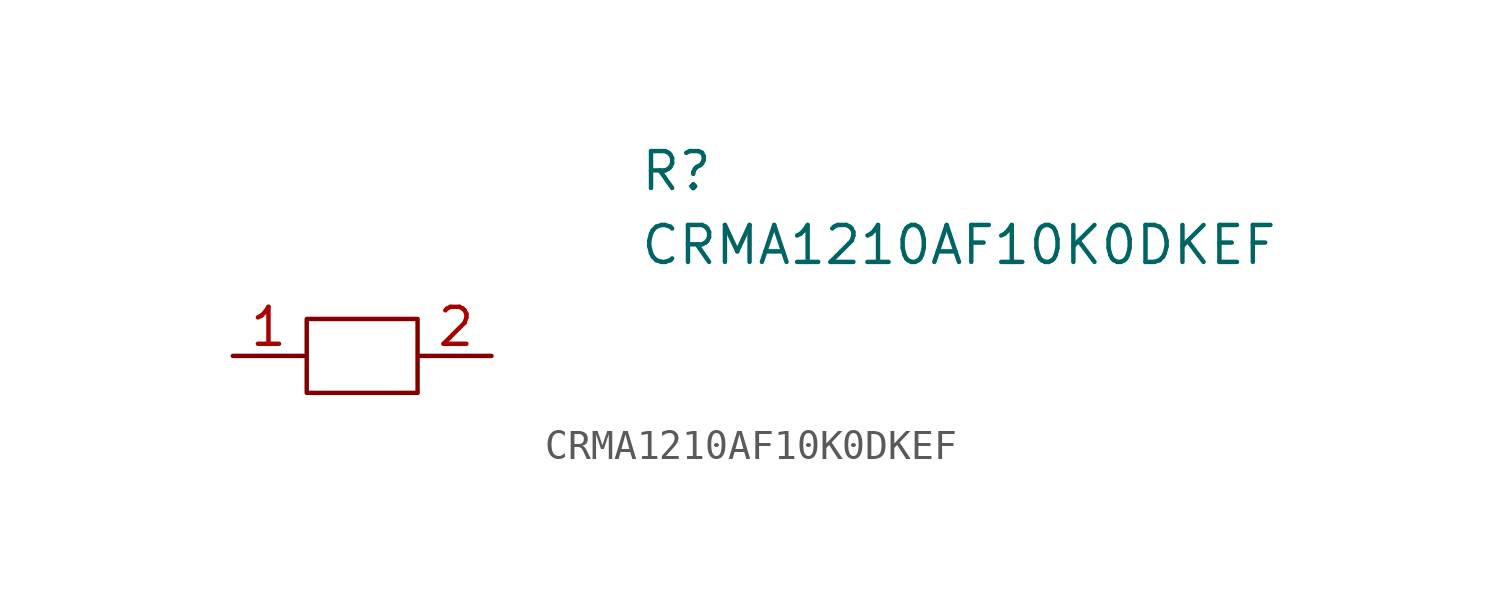
<source format=kicad_sym>
(kicad_symbol_lib
  (version 20211014)
  (generator kicad_symbol_editor)
  (symbol "CRMA1210AF10K0DKEF"
    (pin_names
      (offset 0.762))
    (property "Reference" "R"
      (at 13.97 6.35 0)
      (effects (font (size 1.27 1.27)) (justify left)))
    (property "Value" "CRMA1210AF10K0DKEF"
      (at 13.97 3.81 0)
      (effects (font (size 1.27 1.27)) (justify left)))
    (symbol "CRMA1210AF10K0DKEF_0_0"
      (pin passive line (at 0 0 0) (length 2.45) (name "~" (effects (font (size 1.27 1.27)))) (number "1" (effects (font (size 1.27 1.27)))))
      (pin passive line (at 8.89 0 180) (length 2.45) (name "~" (effects (font (size 1.27 1.27)))) (number "2" (effects (font (size 1.27 1.27))))))
    (symbol "CRMA1210AF10K0DKEF_0_1"
      (polyline (pts (xy 2.54 1.27) (xy 6.35 1.27) (xy 6.35 -1.27) (xy 2.54 -1.27) (xy 2.54 1.27)) (stroke (width 0.152) (type default) (color 0 0 0 0)) (fill (type none))))))
</source>
